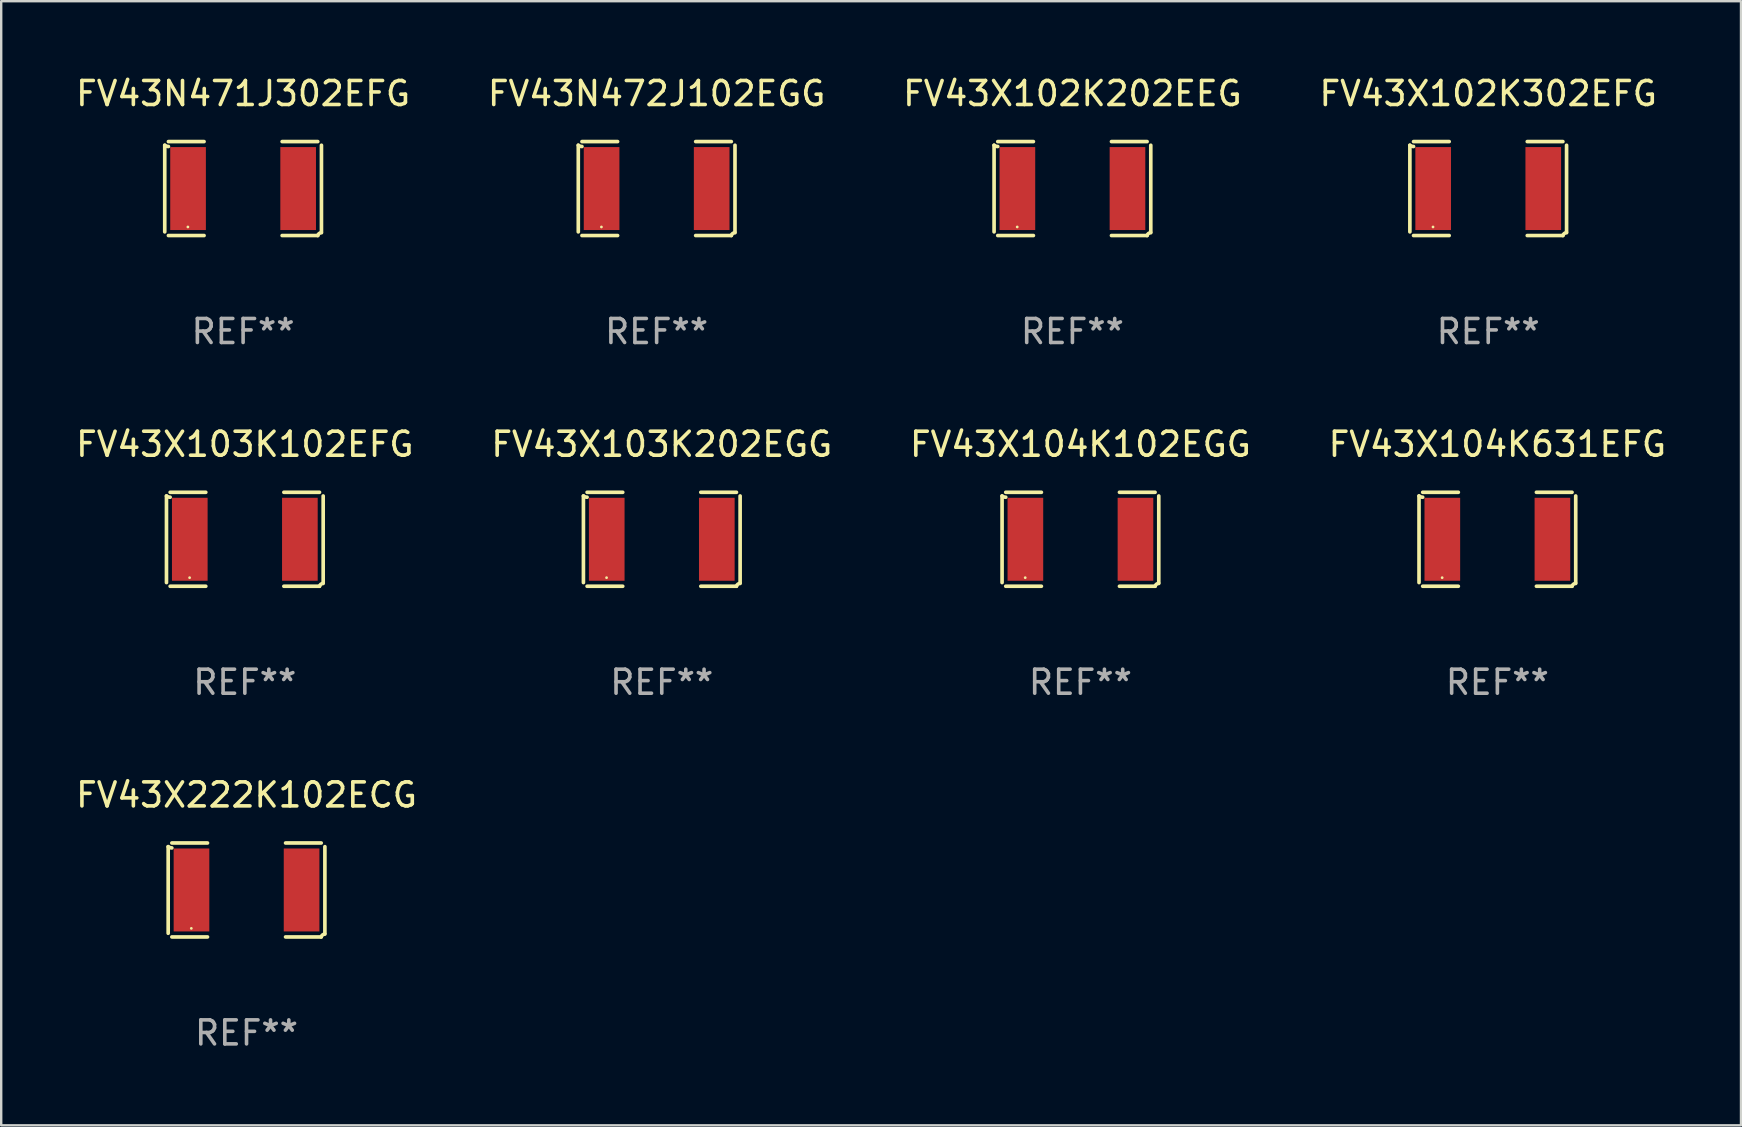
<source format=kicad_pcb>
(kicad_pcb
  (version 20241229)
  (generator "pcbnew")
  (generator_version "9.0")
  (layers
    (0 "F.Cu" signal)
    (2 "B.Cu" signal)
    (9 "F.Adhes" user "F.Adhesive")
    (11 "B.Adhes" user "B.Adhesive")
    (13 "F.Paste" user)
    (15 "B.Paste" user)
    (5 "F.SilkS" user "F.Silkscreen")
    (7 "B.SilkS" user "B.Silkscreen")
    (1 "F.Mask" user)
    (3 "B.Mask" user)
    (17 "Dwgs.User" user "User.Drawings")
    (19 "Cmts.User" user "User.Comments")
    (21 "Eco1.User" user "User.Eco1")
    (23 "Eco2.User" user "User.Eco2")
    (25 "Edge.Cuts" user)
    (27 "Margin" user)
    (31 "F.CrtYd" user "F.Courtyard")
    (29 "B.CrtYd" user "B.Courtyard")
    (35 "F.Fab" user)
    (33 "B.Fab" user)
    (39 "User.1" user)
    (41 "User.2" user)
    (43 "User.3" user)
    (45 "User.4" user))
  (footprint "FV43X104K631EFG"
    (layer "F.Cu")
    (at 59.327 19.415)
    (property "Reference" "FV43X104K631EFG" (at 0 -3.957 0) (layer "F.SilkS") (effects (font (size 1 1) (thickness 0.15))))
    (attr through_hole)
    (fp_line (start -3.264 1.804) (end -3.264 -1.804) (stroke (width 0.152) (type solid)) (layer "F.SilkS"))
    (fp_line (start -3.111 -1.957) (end -1.626 -1.957) (stroke (width 0.152) (type solid)) (layer "F.SilkS"))
    (fp_line (start -1.626 1.957) (end -3.111 1.957) (stroke (width 0.152) (type solid)) (layer "F.SilkS"))
    (fp_line (start 1.626 1.957) (end 3.111 1.957) (stroke (width 0.152) (type solid)) (layer "F.SilkS"))
    (fp_line (start 3.111 -1.957) (end 1.626 -1.957) (stroke (width 0.152) (type solid)) (layer "F.SilkS"))
    (fp_line (start 3.264 1.804) (end 3.264 -1.804) (stroke (width 0.152) (type solid)) (layer "F.SilkS"))
    (fp_arc (start -3.111202 -1.752192) (mid -3.191715 -1.76555) (end -3.263602 -1.804191) (stroke (width 0.1524) (type solid)) (layer "F.SilkS"))
    (fp_arc (start 3.111201 1.956591) (mid 3.167789 1.872777) (end 3.263602 1.840424) (stroke (width 0.1524) (type solid)) (layer "F.SilkS"))
    (fp_circle (center -2.3 1.6) (end -2.27 1.6) (stroke (width 0.06) (type solid)) (fill no) (layer "F.SilkS"))
    (fp_text user "REF**" (at 0 5.957 0) (layer "F.Fab") (effects (font (size 1 1) (thickness 0.15))))
    (pad "1" smd rect (at -2.293 0) (size 1.485 3.456) (layers "F.Cu" "F.Mask" "F.Paste"))
    (pad "2" smd rect (at 2.293 0) (size 1.485 3.456) (layers "F.Cu" "F.Mask" "F.Paste")))
  (footprint "FV43X104K102EGG"
    (layer "F.Cu")
    (at 41.958 19.415)
    (property "Reference" "FV43X104K102EGG" (at 0 -3.957 0) (layer "F.SilkS") (effects (font (size 1 1) (thickness 0.15))))
    (attr through_hole)
    (fp_line (start -3.264 1.804) (end -3.264 -1.804) (stroke (width 0.152) (type solid)) (layer "F.SilkS"))
    (fp_line (start -3.111 -1.957) (end -1.626 -1.957) (stroke (width 0.152) (type solid)) (layer "F.SilkS"))
    (fp_line (start -1.626 1.957) (end -3.111 1.957) (stroke (width 0.152) (type solid)) (layer "F.SilkS"))
    (fp_line (start 1.626 1.957) (end 3.111 1.957) (stroke (width 0.152) (type solid)) (layer "F.SilkS"))
    (fp_line (start 3.111 -1.957) (end 1.626 -1.957) (stroke (width 0.152) (type solid)) (layer "F.SilkS"))
    (fp_line (start 3.264 1.804) (end 3.264 -1.804) (stroke (width 0.152) (type solid)) (layer "F.SilkS"))
    (fp_arc (start -3.111202 -1.752192) (mid -3.191715 -1.76555) (end -3.263602 -1.804191) (stroke (width 0.1524) (type solid)) (layer "F.SilkS"))
    (fp_arc (start 3.111201 1.956591) (mid 3.167789 1.872777) (end 3.263602 1.840424) (stroke (width 0.1524) (type solid)) (layer "F.SilkS"))
    (fp_circle (center -2.3 1.6) (end -2.27 1.6) (stroke (width 0.06) (type solid)) (fill no) (layer "F.SilkS"))
    (fp_text user "REF**" (at 0 5.957 0) (layer "F.Fab") (effects (font (size 1 1) (thickness 0.15))))
    (pad "1" smd rect (at -2.293 0) (size 1.485 3.456) (layers "F.Cu" "F.Mask" "F.Paste"))
    (pad "2" smd rect (at 2.293 0) (size 1.485 3.456) (layers "F.Cu" "F.Mask" "F.Paste")))
  (footprint "FV43N471J302EFG"
    (layer "F.Cu")
    (at 7.077 4.805)
    (property "Reference" "FV43N471J302EFG" (at 0 -3.957 0) (layer "F.SilkS") (effects (font (size 1 1) (thickness 0.15))))
    (attr through_hole)
    (fp_line (start -3.264 1.804) (end -3.264 -1.804) (stroke (width 0.152) (type solid)) (layer "F.SilkS"))
    (fp_line (start -3.111 -1.957) (end -1.626 -1.957) (stroke (width 0.152) (type solid)) (layer "F.SilkS"))
    (fp_line (start -1.626 1.957) (end -3.111 1.957) (stroke (width 0.152) (type solid)) (layer "F.SilkS"))
    (fp_line (start 1.626 1.957) (end 3.111 1.957) (stroke (width 0.152) (type solid)) (layer "F.SilkS"))
    (fp_line (start 3.111 -1.957) (end 1.626 -1.957) (stroke (width 0.152) (type solid)) (layer "F.SilkS"))
    (fp_line (start 3.264 1.804) (end 3.264 -1.804) (stroke (width 0.152) (type solid)) (layer "F.SilkS"))
    (fp_arc (start -3.111202 -1.752192) (mid -3.191715 -1.76555) (end -3.263602 -1.804191) (stroke (width 0.1524) (type solid)) (layer "F.SilkS"))
    (fp_arc (start 3.111201 1.956591) (mid 3.167789 1.872777) (end 3.263602 1.840424) (stroke (width 0.1524) (type solid)) (layer "F.SilkS"))
    (fp_circle (center -2.3 1.6) (end -2.27 1.6) (stroke (width 0.06) (type solid)) (fill no) (layer "F.SilkS"))
    (fp_text user "REF**" (at 0 5.957 0) (layer "F.Fab") (effects (font (size 1 1) (thickness 0.15))))
    (pad "1" smd rect (at -2.293 0) (size 1.485 3.456) (layers "F.Cu" "F.Mask" "F.Paste"))
    (pad "2" smd rect (at 2.293 0) (size 1.485 3.456) (layers "F.Cu" "F.Mask" "F.Paste")))
  (footprint "FV43X103K202EGG"
    (layer "F.Cu")
    (at 24.518 19.415)
    (property "Reference" "FV43X103K202EGG" (at 0 -3.957 0) (layer "F.SilkS") (effects (font (size 1 1) (thickness 0.15))))
    (attr through_hole)
    (fp_line (start -3.264 1.804) (end -3.264 -1.804) (stroke (width 0.152) (type solid)) (layer "F.SilkS"))
    (fp_line (start -3.111 -1.957) (end -1.626 -1.957) (stroke (width 0.152) (type solid)) (layer "F.SilkS"))
    (fp_line (start -1.626 1.957) (end -3.111 1.957) (stroke (width 0.152) (type solid)) (layer "F.SilkS"))
    (fp_line (start 1.626 1.957) (end 3.111 1.957) (stroke (width 0.152) (type solid)) (layer "F.SilkS"))
    (fp_line (start 3.111 -1.957) (end 1.626 -1.957) (stroke (width 0.152) (type solid)) (layer "F.SilkS"))
    (fp_line (start 3.264 1.804) (end 3.264 -1.804) (stroke (width 0.152) (type solid)) (layer "F.SilkS"))
    (fp_arc (start -3.111202 -1.752192) (mid -3.191715 -1.76555) (end -3.263602 -1.804191) (stroke (width 0.1524) (type solid)) (layer "F.SilkS"))
    (fp_arc (start 3.111201 1.956591) (mid 3.167789 1.872777) (end 3.263602 1.840424) (stroke (width 0.1524) (type solid)) (layer "F.SilkS"))
    (fp_circle (center -2.3 1.6) (end -2.27 1.6) (stroke (width 0.06) (type solid)) (fill no) (layer "F.SilkS"))
    (fp_text user "REF**" (at 0 5.957 0) (layer "F.Fab") (effects (font (size 1 1) (thickness 0.15))))
    (pad "1" smd rect (at -2.293 0) (size 1.485 3.456) (layers "F.Cu" "F.Mask" "F.Paste"))
    (pad "2" smd rect (at 2.293 0) (size 1.485 3.456) (layers "F.Cu" "F.Mask" "F.Paste")))
  (footprint "FV43X102K202EEG"
    (layer "F.Cu")
    (at 41.625 4.805)
    (property "Reference" "FV43X102K202EEG" (at 0 -3.957 0) (layer "F.SilkS") (effects (font (size 1 1) (thickness 0.15))))
    (attr through_hole)
    (fp_line (start -3.264 1.804) (end -3.264 -1.804) (stroke (width 0.152) (type solid)) (layer "F.SilkS"))
    (fp_line (start -3.111 -1.957) (end -1.626 -1.957) (stroke (width 0.152) (type solid)) (layer "F.SilkS"))
    (fp_line (start -1.626 1.957) (end -3.111 1.957) (stroke (width 0.152) (type solid)) (layer "F.SilkS"))
    (fp_line (start 1.626 1.957) (end 3.111 1.957) (stroke (width 0.152) (type solid)) (layer "F.SilkS"))
    (fp_line (start 3.111 -1.957) (end 1.626 -1.957) (stroke (width 0.152) (type solid)) (layer "F.SilkS"))
    (fp_line (start 3.264 1.804) (end 3.264 -1.804) (stroke (width 0.152) (type solid)) (layer "F.SilkS"))
    (fp_arc (start -3.111202 -1.752192) (mid -3.191715 -1.76555) (end -3.263602 -1.804191) (stroke (width 0.1524) (type solid)) (layer "F.SilkS"))
    (fp_arc (start 3.111201 1.956591) (mid 3.167789 1.872777) (end 3.263602 1.840424) (stroke (width 0.1524) (type solid)) (layer "F.SilkS"))
    (fp_circle (center -2.3 1.6) (end -2.27 1.6) (stroke (width 0.06) (type solid)) (fill no) (layer "F.SilkS"))
    (fp_text user "REF**" (at 0 5.957 0) (layer "F.Fab") (effects (font (size 1 1) (thickness 0.15))))
    (pad "1" smd rect (at -2.293 0) (size 1.485 3.456) (layers "F.Cu" "F.Mask" "F.Paste"))
    (pad "2" smd rect (at 2.293 0) (size 1.485 3.456) (layers "F.Cu" "F.Mask" "F.Paste")))
  (footprint "FV43N472J102EGG"
    (layer "F.Cu")
    (at 24.304 4.805)
    (property "Reference" "FV43N472J102EGG" (at 0 -3.957 0) (layer "F.SilkS") (effects (font (size 1 1) (thickness 0.15))))
    (attr through_hole)
    (fp_line (start -3.264 1.804) (end -3.264 -1.804) (stroke (width 0.152) (type solid)) (layer "F.SilkS"))
    (fp_line (start -3.111 -1.957) (end -1.626 -1.957) (stroke (width 0.152) (type solid)) (layer "F.SilkS"))
    (fp_line (start -1.626 1.957) (end -3.111 1.957) (stroke (width 0.152) (type solid)) (layer "F.SilkS"))
    (fp_line (start 1.626 1.957) (end 3.111 1.957) (stroke (width 0.152) (type solid)) (layer "F.SilkS"))
    (fp_line (start 3.111 -1.957) (end 1.626 -1.957) (stroke (width 0.152) (type solid)) (layer "F.SilkS"))
    (fp_line (start 3.264 1.804) (end 3.264 -1.804) (stroke (width 0.152) (type solid)) (layer "F.SilkS"))
    (fp_arc (start -3.111202 -1.752192) (mid -3.191715 -1.76555) (end -3.263602 -1.804191) (stroke (width 0.1524) (type solid)) (layer "F.SilkS"))
    (fp_arc (start 3.111201 1.956591) (mid 3.167789 1.872777) (end 3.263602 1.840424) (stroke (width 0.1524) (type solid)) (layer "F.SilkS"))
    (fp_circle (center -2.3 1.6) (end -2.27 1.6) (stroke (width 0.06) (type solid)) (fill no) (layer "F.SilkS"))
    (fp_text user "REF**" (at 0 5.957 0) (layer "F.Fab") (effects (font (size 1 1) (thickness 0.15))))
    (pad "1" smd rect (at -2.293 0) (size 1.485 3.456) (layers "F.Cu" "F.Mask" "F.Paste"))
    (pad "2" smd rect (at 2.293 0) (size 1.485 3.456) (layers "F.Cu" "F.Mask" "F.Paste")))
  (footprint "FV43X222K102ECG"
    (layer "F.Cu")
    (at 7.22 34.024)
    (property "Reference" "FV43X222K102ECG" (at 0 -3.957 0) (layer "F.SilkS") (effects (font (size 1 1) (thickness 0.15))))
    (attr through_hole)
    (fp_line (start -3.264 1.804) (end -3.264 -1.804) (stroke (width 0.152) (type solid)) (layer "F.SilkS"))
    (fp_line (start -3.111 -1.957) (end -1.626 -1.957) (stroke (width 0.152) (type solid)) (layer "F.SilkS"))
    (fp_line (start -1.626 1.957) (end -3.111 1.957) (stroke (width 0.152) (type solid)) (layer "F.SilkS"))
    (fp_line (start 1.626 1.957) (end 3.111 1.957) (stroke (width 0.152) (type solid)) (layer "F.SilkS"))
    (fp_line (start 3.111 -1.957) (end 1.626 -1.957) (stroke (width 0.152) (type solid)) (layer "F.SilkS"))
    (fp_line (start 3.264 1.804) (end 3.264 -1.804) (stroke (width 0.152) (type solid)) (layer "F.SilkS"))
    (fp_arc (start -3.111202 -1.752192) (mid -3.191715 -1.76555) (end -3.263602 -1.804191) (stroke (width 0.1524) (type solid)) (layer "F.SilkS"))
    (fp_arc (start 3.111201 1.956591) (mid 3.167789 1.872777) (end 3.263602 1.840424) (stroke (width 0.1524) (type solid)) (layer "F.SilkS"))
    (fp_circle (center -2.3 1.6) (end -2.27 1.6) (stroke (width 0.06) (type solid)) (fill no) (layer "F.SilkS"))
    (fp_text user "REF**" (at 0 5.957 0) (layer "F.Fab") (effects (font (size 1 1) (thickness 0.15))))
    (pad "1" smd rect (at -2.293 0) (size 1.485 3.456) (layers "F.Cu" "F.Mask" "F.Paste"))
    (pad "2" smd rect (at 2.293 0) (size 1.485 3.456) (layers "F.Cu" "F.Mask" "F.Paste")))
  (footprint "FV43X103K102EFG"
    (layer "F.Cu")
    (at 7.149 19.415)
    (property "Reference" "FV43X103K102EFG" (at 0 -3.957 0) (layer "F.SilkS") (effects (font (size 1 1) (thickness 0.15))))
    (attr through_hole)
    (fp_line (start -3.264 1.804) (end -3.264 -1.804) (stroke (width 0.152) (type solid)) (layer "F.SilkS"))
    (fp_line (start -3.111 -1.957) (end -1.626 -1.957) (stroke (width 0.152) (type solid)) (layer "F.SilkS"))
    (fp_line (start -1.626 1.957) (end -3.111 1.957) (stroke (width 0.152) (type solid)) (layer "F.SilkS"))
    (fp_line (start 1.626 1.957) (end 3.111 1.957) (stroke (width 0.152) (type solid)) (layer "F.SilkS"))
    (fp_line (start 3.111 -1.957) (end 1.626 -1.957) (stroke (width 0.152) (type solid)) (layer "F.SilkS"))
    (fp_line (start 3.264 1.804) (end 3.264 -1.804) (stroke (width 0.152) (type solid)) (layer "F.SilkS"))
    (fp_arc (start -3.111202 -1.752192) (mid -3.191715 -1.76555) (end -3.263602 -1.804191) (stroke (width 0.1524) (type solid)) (layer "F.SilkS"))
    (fp_arc (start 3.111201 1.956591) (mid 3.167789 1.872777) (end 3.263602 1.840424) (stroke (width 0.1524) (type solid)) (layer "F.SilkS"))
    (fp_circle (center -2.3 1.6) (end -2.27 1.6) (stroke (width 0.06) (type solid)) (fill no) (layer "F.SilkS"))
    (fp_text user "REF**" (at 0 5.957 0) (layer "F.Fab") (effects (font (size 1 1) (thickness 0.15))))
    (pad "1" smd rect (at -2.293 0) (size 1.485 3.456) (layers "F.Cu" "F.Mask" "F.Paste"))
    (pad "2" smd rect (at 2.293 0) (size 1.485 3.456) (layers "F.Cu" "F.Mask" "F.Paste")))
  (footprint "FV43X102K302EFG"
    (layer "F.Cu")
    (at 58.946 4.805)
    (property "Reference" "FV43X102K302EFG" (at 0 -3.957 0) (layer "F.SilkS") (effects (font (size 1 1) (thickness 0.15))))
    (attr through_hole)
    (fp_line (start -3.264 1.804) (end -3.264 -1.804) (stroke (width 0.152) (type solid)) (layer "F.SilkS"))
    (fp_line (start -3.111 -1.957) (end -1.626 -1.957) (stroke (width 0.152) (type solid)) (layer "F.SilkS"))
    (fp_line (start -1.626 1.957) (end -3.111 1.957) (stroke (width 0.152) (type solid)) (layer "F.SilkS"))
    (fp_line (start 1.626 1.957) (end 3.111 1.957) (stroke (width 0.152) (type solid)) (layer "F.SilkS"))
    (fp_line (start 3.111 -1.957) (end 1.626 -1.957) (stroke (width 0.152) (type solid)) (layer "F.SilkS"))
    (fp_line (start 3.264 1.804) (end 3.264 -1.804) (stroke (width 0.152) (type solid)) (layer "F.SilkS"))
    (fp_arc (start -3.111202 -1.752192) (mid -3.191715 -1.76555) (end -3.263602 -1.804191) (stroke (width 0.1524) (type solid)) (layer "F.SilkS"))
    (fp_arc (start 3.111201 1.956591) (mid 3.167789 1.872777) (end 3.263602 1.840424) (stroke (width 0.1524) (type solid)) (layer "F.SilkS"))
    (fp_circle (center -2.3 1.6) (end -2.27 1.6) (stroke (width 0.06) (type solid)) (fill no) (layer "F.SilkS"))
    (fp_text user "REF**" (at 0 5.957 0) (layer "F.Fab") (effects (font (size 1 1) (thickness 0.15))))
    (pad "1" smd rect (at -2.293 0) (size 1.485 3.456) (layers "F.Cu" "F.Mask" "F.Paste"))
    (pad "2" smd rect (at 2.293 0) (size 1.485 3.456) (layers "F.Cu" "F.Mask" "F.Paste")))
  (gr_rect
    (start -3 -3)
    (end 69.476 43.829)
    (stroke (width 0.1) (type default))
    (fill no)
    (layer "Edge.Cuts")))
</source>
